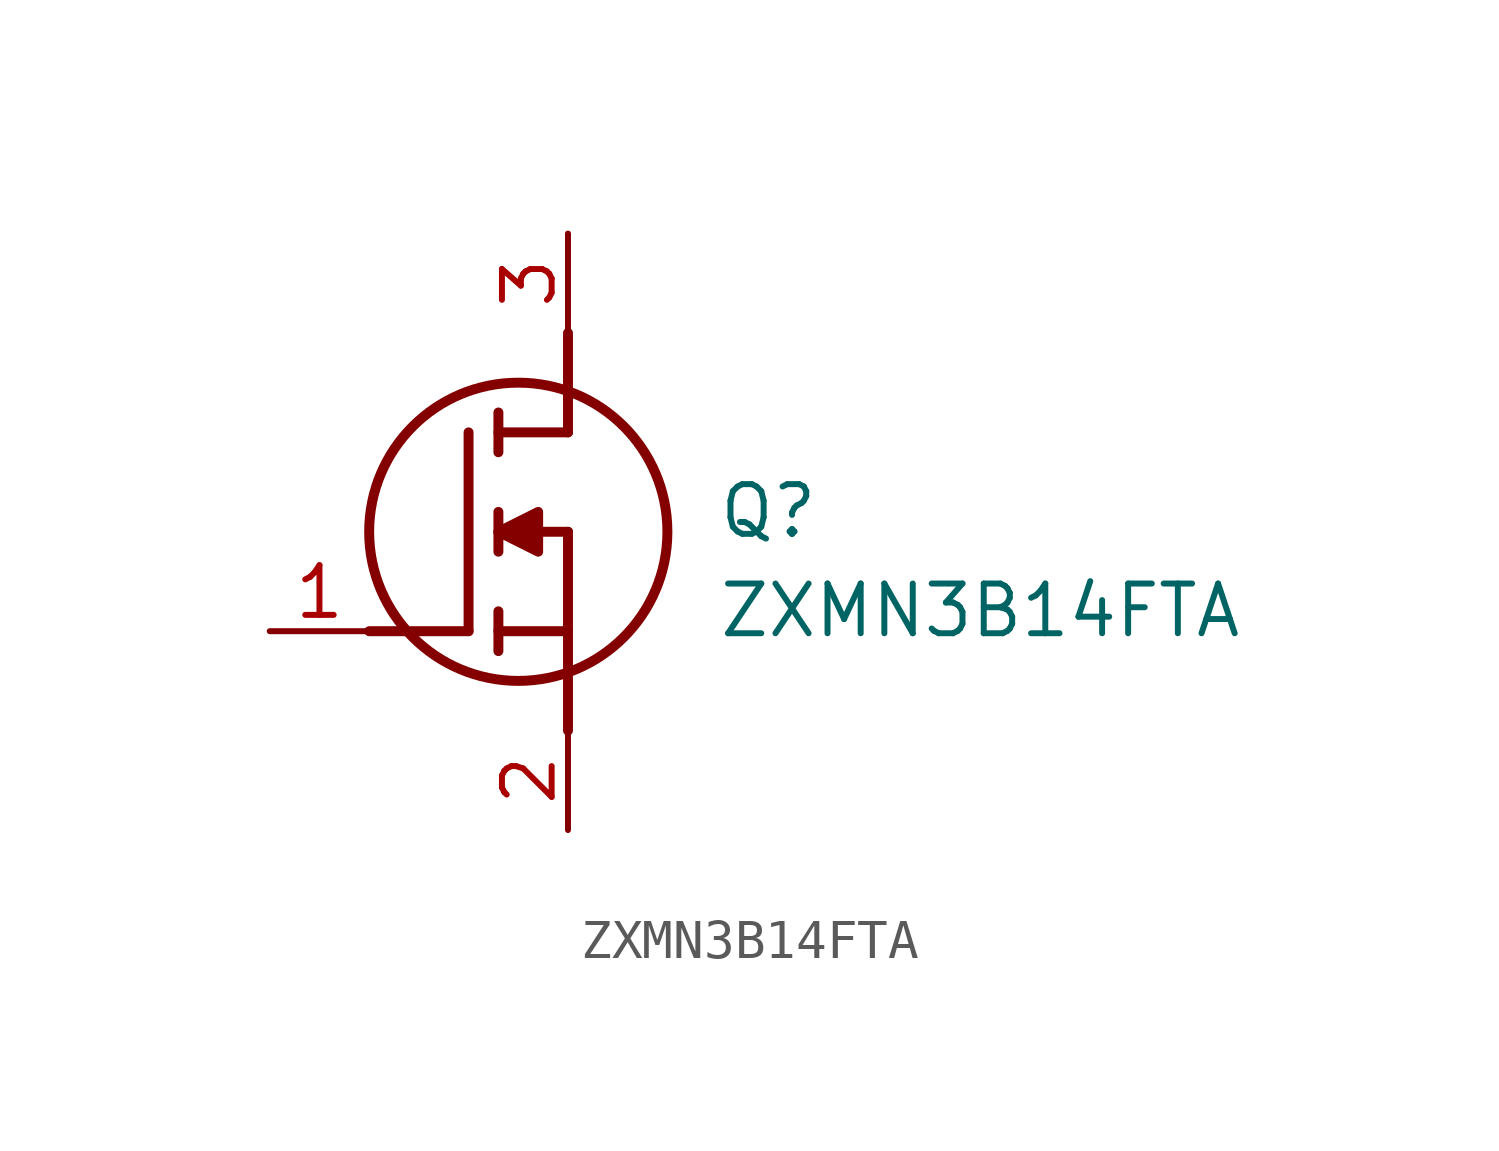
<source format=kicad_sym>
(kicad_symbol_lib
  (version 20211014)
  (generator SamacSys_ECAD_Model)
  (symbol "ZXMN3B14FTA"
    (pin_names hide)
    (property "Reference" "Q"
      (at 11.43 3.81 0)
      (effects (font (size 1.27 1.27)) (justify left top)))
    (property "Value" "ZXMN3B14FTA"
      (at 11.43 1.27 0)
      (effects (font (size 1.27 1.27)) (justify left top)))
    (polyline
      (pts (xy 7.62 2.54) (xy 7.62 -2.54))
      (stroke (width 0.254) (type default))
      (fill (type none)))
    (polyline
      (pts (xy 7.62 5.08) (xy 7.62 7.62))
      (stroke (width 0.254) (type default))
      (fill (type none)))
    (polyline
      (pts (xy 2.54 0) (xy 5.08 0))
      (stroke (width 0.254) (type default))
      (fill (type none)))
    (polyline
      (pts (xy 5.08 5.08) (xy 5.08 0))
      (stroke (width 0.254) (type default))
      (fill (type none)))
    (polyline
      (pts (xy 7.62 2.54) (xy 5.842 2.54))
      (stroke (width 0.254) (type default))
      (fill (type none)))
    (polyline
      (pts (xy 7.62 5.08) (xy 5.842 5.08))
      (stroke (width 0.254) (type default))
      (fill (type none)))
    (polyline
      (pts (xy 5.842 0) (xy 7.62 0))
      (stroke (width 0.254) (type default))
      (fill (type none)))
    (polyline
      (pts (xy 5.842 5.588) (xy 5.842 4.572))
      (stroke (width 0.254) (type default))
      (fill (type none)))
    (polyline
      (pts (xy 5.842 -0.508) (xy 5.842 0.508))
      (stroke (width 0.254) (type default))
      (fill (type none)))
    (polyline
      (pts (xy 5.842 2.032) (xy 5.842 3.048))
      (stroke (width 0.254) (type default))
      (fill (type none)))
    (circle
      (center 6.35 2.54)
      (radius 3.81)
      (stroke (width 0.254) (type default))
      (fill (type none)))
    (polyline
      (pts (xy 5.842 2.54) (xy 6.858 3.048) (xy 6.858 2.032) (xy 5.842 2.54))
      (stroke (width 0.254) (type default))
      (fill (type outline)))
    (pin passive line
      (at 0 0 0)
      (length 2.54)
      (name "G" (effects (font (size 1.27 1.27))))
      (number "1" (effects (font (size 1.27 1.27)))))
    (pin passive line
      (at 7.62 10.16 270)
      (length 2.54)
      (name "D" (effects (font (size 1.27 1.27))))
      (number "3" (effects (font (size 1.27 1.27)))))
    (pin passive line
      (at 7.62 -5.08 90)
      (length 2.54)
      (name "S" (effects (font (size 1.27 1.27))))
      (number "2" (effects (font (size 1.27 1.27)))))))
</source>
